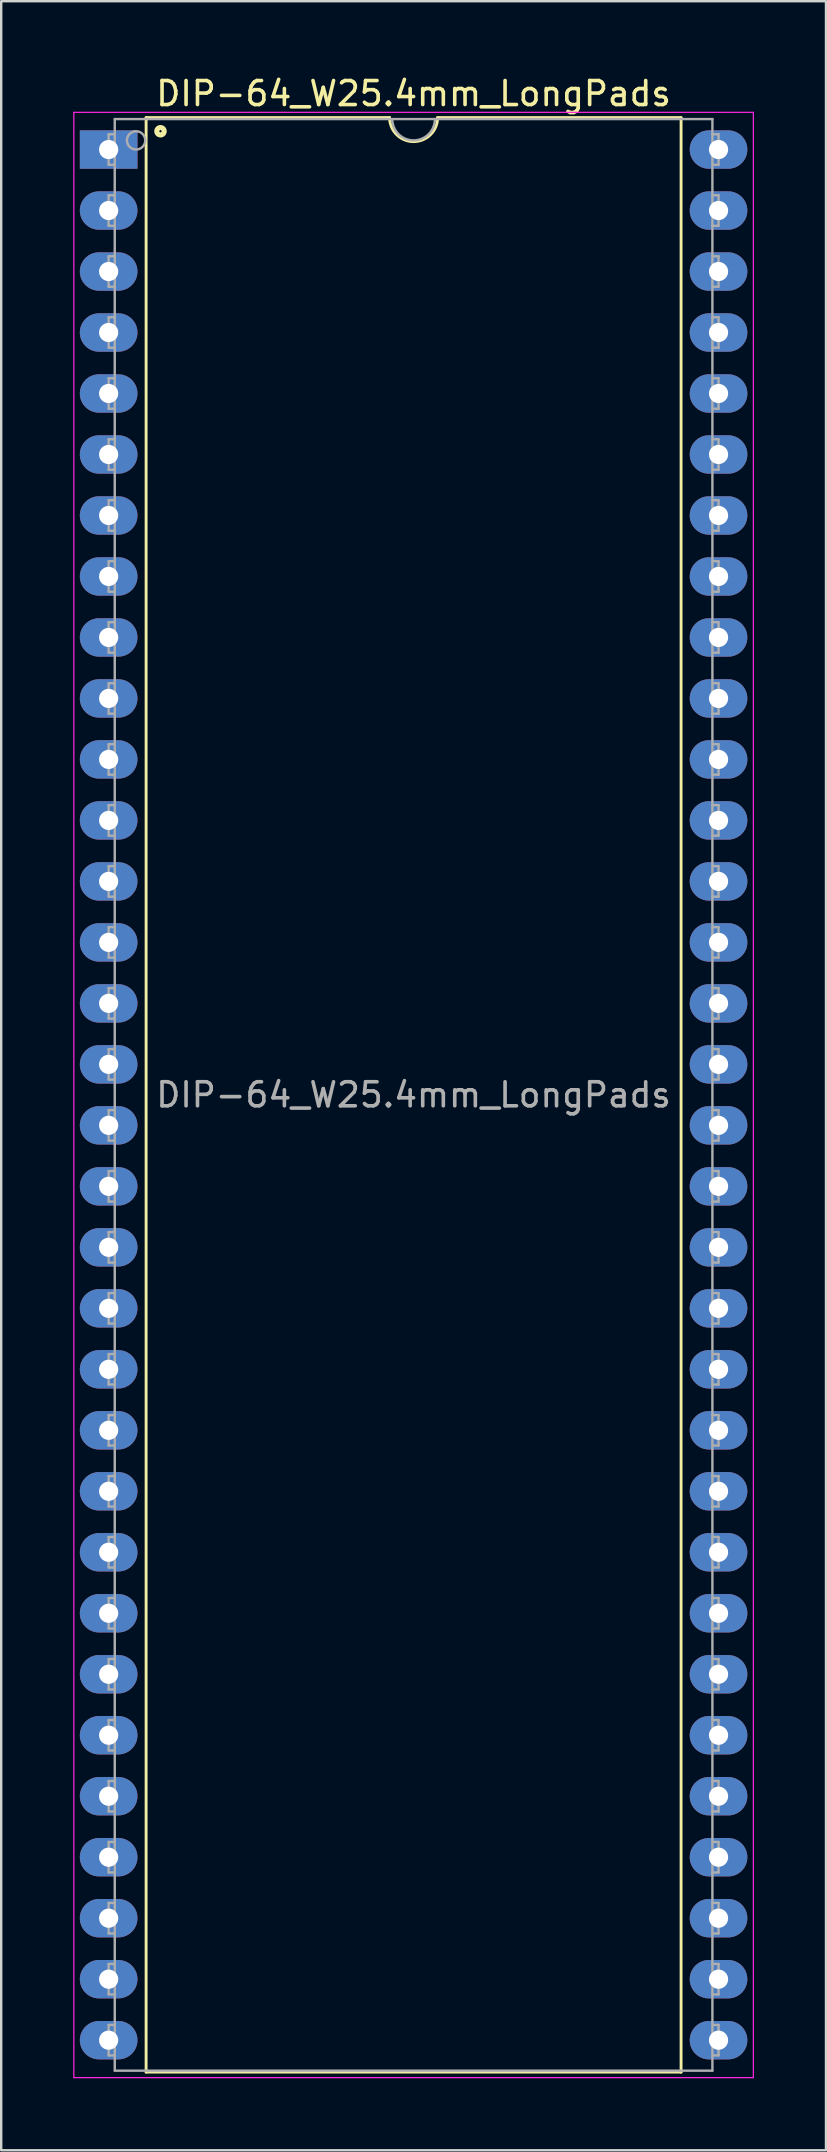
<source format=kicad_pcb>
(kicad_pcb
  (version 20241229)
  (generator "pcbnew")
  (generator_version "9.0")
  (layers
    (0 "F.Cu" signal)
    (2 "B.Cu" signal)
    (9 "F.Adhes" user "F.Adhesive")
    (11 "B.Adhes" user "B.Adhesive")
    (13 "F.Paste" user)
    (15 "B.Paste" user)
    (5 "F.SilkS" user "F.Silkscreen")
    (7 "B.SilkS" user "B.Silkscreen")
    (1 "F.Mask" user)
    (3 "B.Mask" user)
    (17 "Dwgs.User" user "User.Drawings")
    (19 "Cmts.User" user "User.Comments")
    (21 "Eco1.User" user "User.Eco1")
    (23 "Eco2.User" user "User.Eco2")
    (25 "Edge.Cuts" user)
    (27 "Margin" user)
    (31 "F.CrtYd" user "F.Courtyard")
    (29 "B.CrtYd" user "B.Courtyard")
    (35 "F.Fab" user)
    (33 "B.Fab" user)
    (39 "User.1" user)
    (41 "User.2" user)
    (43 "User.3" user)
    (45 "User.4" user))
  (footprint "DIP-64_W25.4mm_LongPads"
    (layer "F.Cu")
    (at 1.475 3.178)
    (property "Reference" "DIP-64_W25.4mm_LongPads" (at 12.7 -2.33 0) (layer "F.SilkS") (effects (font (size 1 1) (thickness 0.15))))
    (attr through_hole)
    (fp_line (start 1.56 -1.33) (end 1.56 80.07) (stroke (width 0.12) (type solid)) (layer "F.SilkS"))
    (fp_line (start 1.56 80.07) (end 23.84 80.07) (stroke (width 0.12) (type solid)) (layer "F.SilkS"))
    (fp_line (start 11.7 -1.33) (end 1.56 -1.33) (stroke (width 0.12) (type solid)) (layer "F.SilkS"))
    (fp_line (start 23.84 -1.33) (end 13.7 -1.33) (stroke (width 0.12) (type solid)) (layer "F.SilkS"))
    (fp_line (start 23.84 80.07) (end 23.84 -1.33) (stroke (width 0.12) (type solid)) (layer "F.SilkS"))
    (fp_arc (start 13.7 -1.33) (mid 12.7 -0.33) (end 11.7 -1.33) (stroke (width 0.12) (type solid)) (layer "F.SilkS"))
    (fp_circle (center 2.159 -0.762) (end 2.209 -0.762) (stroke (width 0.12) (type solid)) (fill no) (layer "F.SilkS"))
    (fp_circle (center 2.159 -0.762) (end 2.284 -0.762) (stroke (width 0.12) (type solid)) (fill no) (layer "F.SilkS"))
    (fp_circle (center 2.159 -0.762) (end 2.359 -0.762) (stroke (width 0.12) (type solid)) (fill no) (layer "F.SilkS"))
    (fp_line (start -1.45 -1.55) (end -1.45 80.3) (stroke (width 0.05) (type solid)) (layer "F.CrtYd"))
    (fp_line (start -1.45 80.3) (end 26.85 80.3) (stroke (width 0.05) (type solid)) (layer "F.CrtYd"))
    (fp_line (start 26.85 -1.55) (end -1.45 -1.55) (stroke (width 0.05) (type solid)) (layer "F.CrtYd"))
    (fp_line (start 26.85 80.3) (end 26.85 -1.55) (stroke (width 0.05) (type solid)) (layer "F.CrtYd"))
    (fp_line (start 0 -0.635) (end 0 0.635) (stroke (width 0.1) (type solid)) (layer "F.Fab"))
    (fp_line (start 0 -0.635) (end 0.254 -0.635) (stroke (width 0.1) (type solid)) (layer "F.Fab"))
    (fp_line (start 0 0.635) (end 0.254 0.635) (stroke (width 0.1) (type solid)) (layer "F.Fab"))
    (fp_line (start 0 1.905) (end 0 3.175) (stroke (width 0.1) (type solid)) (layer "F.Fab"))
    (fp_line (start 0 1.905) (end 0.254 1.905) (stroke (width 0.1) (type solid)) (layer "F.Fab"))
    (fp_line (start 0 3.175) (end 0.254 3.175) (stroke (width 0.1) (type solid)) (layer "F.Fab"))
    (fp_line (start 0 4.445) (end 0 5.715) (stroke (width 0.1) (type solid)) (layer "F.Fab"))
    (fp_line (start 0 4.445) (end 0.254 4.445) (stroke (width 0.1) (type solid)) (layer "F.Fab"))
    (fp_line (start 0 5.715) (end 0.254 5.715) (stroke (width 0.1) (type solid)) (layer "F.Fab"))
    (fp_line (start 0 6.985) (end 0 8.255) (stroke (width 0.1) (type solid)) (layer "F.Fab"))
    (fp_line (start 0 6.985) (end 0.254 6.985) (stroke (width 0.1) (type solid)) (layer "F.Fab"))
    (fp_line (start 0 8.255) (end 0.254 8.255) (stroke (width 0.1) (type solid)) (layer "F.Fab"))
    (fp_line (start 0 9.525) (end 0 10.795) (stroke (width 0.1) (type solid)) (layer "F.Fab"))
    (fp_line (start 0 9.525) (end 0.254 9.525) (stroke (width 0.1) (type solid)) (layer "F.Fab"))
    (fp_line (start 0 10.795) (end 0.254 10.795) (stroke (width 0.1) (type solid)) (layer "F.Fab"))
    (fp_line (start 0 12.065) (end 0 13.335) (stroke (width 0.1) (type solid)) (layer "F.Fab"))
    (fp_line (start 0 12.065) (end 0.254 12.065) (stroke (width 0.1) (type solid)) (layer "F.Fab"))
    (fp_line (start 0 13.335) (end 0.254 13.335) (stroke (width 0.1) (type solid)) (layer "F.Fab"))
    (fp_line (start 0 14.605) (end 0 15.875) (stroke (width 0.1) (type solid)) (layer "F.Fab"))
    (fp_line (start 0 14.605) (end 0.254 14.605) (stroke (width 0.1) (type solid)) (layer "F.Fab"))
    (fp_line (start 0 15.875) (end 0.254 15.875) (stroke (width 0.1) (type solid)) (layer "F.Fab"))
    (fp_line (start 0 17.145) (end 0 18.415) (stroke (width 0.1) (type solid)) (layer "F.Fab"))
    (fp_line (start 0 17.145) (end 0.254 17.145) (stroke (width 0.1) (type solid)) (layer "F.Fab"))
    (fp_line (start 0 18.415) (end 0.254 18.415) (stroke (width 0.1) (type solid)) (layer "F.Fab"))
    (fp_line (start 0 19.685) (end 0 20.955) (stroke (width 0.1) (type solid)) (layer "F.Fab"))
    (fp_line (start 0 19.685) (end 0.254 19.685) (stroke (width 0.1) (type solid)) (layer "F.Fab"))
    (fp_line (start 0 20.955) (end 0.254 20.955) (stroke (width 0.1) (type solid)) (layer "F.Fab"))
    (fp_line (start 0 22.225) (end 0 23.495) (stroke (width 0.1) (type solid)) (layer "F.Fab"))
    (fp_line (start 0 22.225) (end 0.254 22.225) (stroke (width 0.1) (type solid)) (layer "F.Fab"))
    (fp_line (start 0 23.495) (end 0.254 23.495) (stroke (width 0.1) (type solid)) (layer "F.Fab"))
    (fp_line (start 0 24.765) (end 0 26.035) (stroke (width 0.1) (type solid)) (layer "F.Fab"))
    (fp_line (start 0 24.765) (end 0.254 24.765) (stroke (width 0.1) (type solid)) (layer "F.Fab"))
    (fp_line (start 0 26.035) (end 0.254 26.035) (stroke (width 0.1) (type solid)) (layer "F.Fab"))
    (fp_line (start 0 27.305) (end 0 28.575) (stroke (width 0.1) (type solid)) (layer "F.Fab"))
    (fp_line (start 0 27.305) (end 0.254 27.305) (stroke (width 0.1) (type solid)) (layer "F.Fab"))
    (fp_line (start 0 28.575) (end 0.254 28.575) (stroke (width 0.1) (type solid)) (layer "F.Fab"))
    (fp_line (start 0 29.845) (end 0 31.115) (stroke (width 0.1) (type solid)) (layer "F.Fab"))
    (fp_line (start 0 29.845) (end 0.254 29.845) (stroke (width 0.1) (type solid)) (layer "F.Fab"))
    (fp_line (start 0 31.115) (end 0.254 31.115) (stroke (width 0.1) (type solid)) (layer "F.Fab"))
    (fp_line (start 0 32.385) (end 0 33.655) (stroke (width 0.1) (type solid)) (layer "F.Fab"))
    (fp_line (start 0 32.385) (end 0.254 32.385) (stroke (width 0.1) (type solid)) (layer "F.Fab"))
    (fp_line (start 0 33.655) (end 0.254 33.655) (stroke (width 0.1) (type solid)) (layer "F.Fab"))
    (fp_line (start 0 34.925) (end 0 36.195) (stroke (width 0.1) (type solid)) (layer "F.Fab"))
    (fp_line (start 0 34.925) (end 0.254 34.925) (stroke (width 0.1) (type solid)) (layer "F.Fab"))
    (fp_line (start 0 36.195) (end 0.254 36.195) (stroke (width 0.1) (type solid)) (layer "F.Fab"))
    (fp_line (start 0 37.465) (end 0 38.735) (stroke (width 0.1) (type solid)) (layer "F.Fab"))
    (fp_line (start 0 37.465) (end 0.254 37.465) (stroke (width 0.1) (type solid)) (layer "F.Fab"))
    (fp_line (start 0 38.735) (end 0.254 38.735) (stroke (width 0.1) (type solid)) (layer "F.Fab"))
    (fp_line (start 0 40.005) (end 0 41.275) (stroke (width 0.1) (type solid)) (layer "F.Fab"))
    (fp_line (start 0 40.005) (end 0.254 40.005) (stroke (width 0.1) (type solid)) (layer "F.Fab"))
    (fp_line (start 0 41.275) (end 0.254 41.275) (stroke (width 0.1) (type solid)) (layer "F.Fab"))
    (fp_line (start 0 42.545) (end 0 43.815) (stroke (width 0.1) (type solid)) (layer "F.Fab"))
    (fp_line (start 0 42.545) (end 0.254 42.545) (stroke (width 0.1) (type solid)) (layer "F.Fab"))
    (fp_line (start 0 43.815) (end 0.254 43.815) (stroke (width 0.1) (type solid)) (layer "F.Fab"))
    (fp_line (start 0 45.085) (end 0 46.355) (stroke (width 0.1) (type solid)) (layer "F.Fab"))
    (fp_line (start 0 45.085) (end 0.254 45.085) (stroke (width 0.1) (type solid)) (layer "F.Fab"))
    (fp_line (start 0 46.355) (end 0.254 46.355) (stroke (width 0.1) (type solid)) (layer "F.Fab"))
    (fp_line (start 0 47.625) (end 0 48.895) (stroke (width 0.1) (type solid)) (layer "F.Fab"))
    (fp_line (start 0 47.625) (end 0.254 47.625) (stroke (width 0.1) (type solid)) (layer "F.Fab"))
    (fp_line (start 0 48.895) (end 0.254 48.895) (stroke (width 0.1) (type solid)) (layer "F.Fab"))
    (fp_line (start 0 50.165) (end 0 51.435) (stroke (width 0.1) (type solid)) (layer "F.Fab"))
    (fp_line (start 0 50.165) (end 0.254 50.165) (stroke (width 0.1) (type solid)) (layer "F.Fab"))
    (fp_line (start 0 51.435) (end 0.254 51.435) (stroke (width 0.1) (type solid)) (layer "F.Fab"))
    (fp_line (start 0 52.705) (end 0 53.975) (stroke (width 0.1) (type solid)) (layer "F.Fab"))
    (fp_line (start 0 52.705) (end 0.254 52.705) (stroke (width 0.1) (type solid)) (layer "F.Fab"))
    (fp_line (start 0 53.975) (end 0.254 53.975) (stroke (width 0.1) (type solid)) (layer "F.Fab"))
    (fp_line (start 0 55.245) (end 0 56.515) (stroke (width 0.1) (type solid)) (layer "F.Fab"))
    (fp_line (start 0 55.245) (end 0.254 55.245) (stroke (width 0.1) (type solid)) (layer "F.Fab"))
    (fp_line (start 0 56.515) (end 0.254 56.515) (stroke (width 0.1) (type solid)) (layer "F.Fab"))
    (fp_line (start 0 57.785) (end 0 59.055) (stroke (width 0.1) (type solid)) (layer "F.Fab"))
    (fp_line (start 0 57.785) (end 0.254 57.785) (stroke (width 0.1) (type solid)) (layer "F.Fab"))
    (fp_line (start 0 59.055) (end 0.254 59.055) (stroke (width 0.1) (type solid)) (layer "F.Fab"))
    (fp_line (start 0 60.325) (end 0 61.595) (stroke (width 0.1) (type solid)) (layer "F.Fab"))
    (fp_line (start 0 60.325) (end 0.254 60.325) (stroke (width 0.1) (type solid)) (layer "F.Fab"))
    (fp_line (start 0 61.595) (end 0.254 61.595) (stroke (width 0.1) (type solid)) (layer "F.Fab"))
    (fp_line (start 0 62.865) (end 0 64.135) (stroke (width 0.1) (type solid)) (layer "F.Fab"))
    (fp_line (start 0 62.865) (end 0.254 62.865) (stroke (width 0.1) (type solid)) (layer "F.Fab"))
    (fp_line (start 0 64.135) (end 0.254 64.135) (stroke (width 0.1) (type solid)) (layer "F.Fab"))
    (fp_line (start 0 65.405) (end 0 66.675) (stroke (width 0.1) (type solid)) (layer "F.Fab"))
    (fp_line (start 0 65.405) (end 0.254 65.405) (stroke (width 0.1) (type solid)) (layer "F.Fab"))
    (fp_line (start 0 66.675) (end 0.254 66.675) (stroke (width 0.1) (type solid)) (layer "F.Fab"))
    (fp_line (start 0 67.945) (end 0 69.215) (stroke (width 0.1) (type solid)) (layer "F.Fab"))
    (fp_line (start 0 67.945) (end 0.254 67.945) (stroke (width 0.1) (type solid)) (layer "F.Fab"))
    (fp_line (start 0 69.215) (end 0.254 69.215) (stroke (width 0.1) (type solid)) (layer "F.Fab"))
    (fp_line (start 0 70.485) (end 0 71.755) (stroke (width 0.1) (type solid)) (layer "F.Fab"))
    (fp_line (start 0 70.485) (end 0.254 70.485) (stroke (width 0.1) (type solid)) (layer "F.Fab"))
    (fp_line (start 0 71.755) (end 0.254 71.755) (stroke (width 0.1) (type solid)) (layer "F.Fab"))
    (fp_line (start 0 73.025) (end 0 74.295) (stroke (width 0.1) (type solid)) (layer "F.Fab"))
    (fp_line (start 0 73.025) (end 0.254 73.025) (stroke (width 0.1) (type solid)) (layer "F.Fab"))
    (fp_line (start 0 74.295) (end 0.254 74.295) (stroke (width 0.1) (type solid)) (layer "F.Fab"))
    (fp_line (start 0 75.565) (end 0 76.835) (stroke (width 0.1) (type solid)) (layer "F.Fab"))
    (fp_line (start 0 75.565) (end 0.254 75.565) (stroke (width 0.1) (type solid)) (layer "F.Fab"))
    (fp_line (start 0 76.835) (end 0.254 76.835) (stroke (width 0.1) (type solid)) (layer "F.Fab"))
    (fp_line (start 0 78.105) (end 0 79.375) (stroke (width 0.1) (type solid)) (layer "F.Fab"))
    (fp_line (start 0 78.105) (end 0.254 78.105) (stroke (width 0.1) (type solid)) (layer "F.Fab"))
    (fp_line (start 0 79.375) (end 0.254 79.375) (stroke (width 0.1) (type solid)) (layer "F.Fab"))
    (fp_line (start 0.254 -1.27) (end 25.145 -1.27) (stroke (width 0.1) (type solid)) (layer "F.Fab"))
    (fp_line (start 0.255 80.01) (end 0.254 -1.27) (stroke (width 0.1) (type solid)) (layer "F.Fab"))
    (fp_line (start 25.145 -1.27) (end 25.145 80.01) (stroke (width 0.1) (type solid)) (layer "F.Fab"))
    (fp_line (start 25.145 80.01) (end 0.255 80.01) (stroke (width 0.1) (type solid)) (layer "F.Fab"))
    (fp_line (start 25.4 -0.635) (end 25.146 -0.635) (stroke (width 0.1) (type solid)) (layer "F.Fab"))
    (fp_line (start 25.4 0.635) (end 25.146 0.635) (stroke (width 0.1) (type solid)) (layer "F.Fab"))
    (fp_line (start 25.4 0.635) (end 25.4 -0.635) (stroke (width 0.1) (type solid)) (layer "F.Fab"))
    (fp_line (start 25.4 1.905) (end 25.146 1.905) (stroke (width 0.1) (type solid)) (layer "F.Fab"))
    (fp_line (start 25.4 3.175) (end 25.146 3.175) (stroke (width 0.1) (type solid)) (layer "F.Fab"))
    (fp_line (start 25.4 3.175) (end 25.4 1.905) (stroke (width 0.1) (type solid)) (layer "F.Fab"))
    (fp_line (start 25.4 4.445) (end 25.146 4.445) (stroke (width 0.1) (type solid)) (layer "F.Fab"))
    (fp_line (start 25.4 5.715) (end 25.146 5.715) (stroke (width 0.1) (type solid)) (layer "F.Fab"))
    (fp_line (start 25.4 5.715) (end 25.4 4.445) (stroke (width 0.1) (type solid)) (layer "F.Fab"))
    (fp_line (start 25.4 6.985) (end 25.146 6.985) (stroke (width 0.1) (type solid)) (layer "F.Fab"))
    (fp_line (start 25.4 8.255) (end 25.146 8.255) (stroke (width 0.1) (type solid)) (layer "F.Fab"))
    (fp_line (start 25.4 8.255) (end 25.4 6.985) (stroke (width 0.1) (type solid)) (layer "F.Fab"))
    (fp_line (start 25.4 9.525) (end 25.146 9.525) (stroke (width 0.1) (type solid)) (layer "F.Fab"))
    (fp_line (start 25.4 10.795) (end 25.146 10.795) (stroke (width 0.1) (type solid)) (layer "F.Fab"))
    (fp_line (start 25.4 10.795) (end 25.4 9.525) (stroke (width 0.1) (type solid)) (layer "F.Fab"))
    (fp_line (start 25.4 12.065) (end 25.146 12.065) (stroke (width 0.1) (type solid)) (layer "F.Fab"))
    (fp_line (start 25.4 13.335) (end 25.146 13.335) (stroke (width 0.1) (type solid)) (layer "F.Fab"))
    (fp_line (start 25.4 13.335) (end 25.4 12.065) (stroke (width 0.1) (type solid)) (layer "F.Fab"))
    (fp_line (start 25.4 14.605) (end 25.146 14.605) (stroke (width 0.1) (type solid)) (layer "F.Fab"))
    (fp_line (start 25.4 15.875) (end 25.146 15.875) (stroke (width 0.1) (type solid)) (layer "F.Fab"))
    (fp_line (start 25.4 15.875) (end 25.4 14.605) (stroke (width 0.1) (type solid)) (layer "F.Fab"))
    (fp_line (start 25.4 17.145) (end 25.146 17.145) (stroke (width 0.1) (type solid)) (layer "F.Fab"))
    (fp_line (start 25.4 18.415) (end 25.146 18.415) (stroke (width 0.1) (type solid)) (layer "F.Fab"))
    (fp_line (start 25.4 18.415) (end 25.4 17.145) (stroke (width 0.1) (type solid)) (layer "F.Fab"))
    (fp_line (start 25.4 19.685) (end 25.146 19.685) (stroke (width 0.1) (type solid)) (layer "F.Fab"))
    (fp_line (start 25.4 20.955) (end 25.146 20.955) (stroke (width 0.1) (type solid)) (layer "F.Fab"))
    (fp_line (start 25.4 20.955) (end 25.4 19.685) (stroke (width 0.1) (type solid)) (layer "F.Fab"))
    (fp_line (start 25.4 22.225) (end 25.146 22.225) (stroke (width 0.1) (type solid)) (layer "F.Fab"))
    (fp_line (start 25.4 23.495) (end 25.146 23.495) (stroke (width 0.1) (type solid)) (layer "F.Fab"))
    (fp_line (start 25.4 23.495) (end 25.4 22.225) (stroke (width 0.1) (type solid)) (layer "F.Fab"))
    (fp_line (start 25.4 24.765) (end 25.146 24.765) (stroke (width 0.1) (type solid)) (layer "F.Fab"))
    (fp_line (start 25.4 26.035) (end 25.146 26.035) (stroke (width 0.1) (type solid)) (layer "F.Fab"))
    (fp_line (start 25.4 26.035) (end 25.4 24.765) (stroke (width 0.1) (type solid)) (layer "F.Fab"))
    (fp_line (start 25.4 27.305) (end 25.146 27.305) (stroke (width 0.1) (type solid)) (layer "F.Fab"))
    (fp_line (start 25.4 28.575) (end 25.146 28.575) (stroke (width 0.1) (type solid)) (layer "F.Fab"))
    (fp_line (start 25.4 28.575) (end 25.4 27.305) (stroke (width 0.1) (type solid)) (layer "F.Fab"))
    (fp_line (start 25.4 29.845) (end 25.146 29.845) (stroke (width 0.1) (type solid)) (layer "F.Fab"))
    (fp_line (start 25.4 31.115) (end 25.146 31.115) (stroke (width 0.1) (type solid)) (layer "F.Fab"))
    (fp_line (start 25.4 31.115) (end 25.4 29.845) (stroke (width 0.1) (type solid)) (layer "F.Fab"))
    (fp_line (start 25.4 32.385) (end 25.146 32.385) (stroke (width 0.1) (type solid)) (layer "F.Fab"))
    (fp_line (start 25.4 33.655) (end 25.146 33.655) (stroke (width 0.1) (type solid)) (layer "F.Fab"))
    (fp_line (start 25.4 33.655) (end 25.4 32.385) (stroke (width 0.1) (type solid)) (layer "F.Fab"))
    (fp_line (start 25.4 34.925) (end 25.146 34.925) (stroke (width 0.1) (type solid)) (layer "F.Fab"))
    (fp_line (start 25.4 36.195) (end 25.146 36.195) (stroke (width 0.1) (type solid)) (layer "F.Fab"))
    (fp_line (start 25.4 36.195) (end 25.4 34.925) (stroke (width 0.1) (type solid)) (layer "F.Fab"))
    (fp_line (start 25.4 37.465) (end 25.146 37.465) (stroke (width 0.1) (type solid)) (layer "F.Fab"))
    (fp_line (start 25.4 38.735) (end 25.146 38.735) (stroke (width 0.1) (type solid)) (layer "F.Fab"))
    (fp_line (start 25.4 38.735) (end 25.4 37.465) (stroke (width 0.1) (type solid)) (layer "F.Fab"))
    (fp_line (start 25.4 40.005) (end 25.146 40.005) (stroke (width 0.1) (type solid)) (layer "F.Fab"))
    (fp_line (start 25.4 41.275) (end 25.146 41.275) (stroke (width 0.1) (type solid)) (layer "F.Fab"))
    (fp_line (start 25.4 41.275) (end 25.4 40.005) (stroke (width 0.1) (type solid)) (layer "F.Fab"))
    (fp_line (start 25.4 42.545) (end 25.146 42.545) (stroke (width 0.1) (type solid)) (layer "F.Fab"))
    (fp_line (start 25.4 43.815) (end 25.146 43.815) (stroke (width 0.1) (type solid)) (layer "F.Fab"))
    (fp_line (start 25.4 43.815) (end 25.4 42.545) (stroke (width 0.1) (type solid)) (layer "F.Fab"))
    (fp_line (start 25.4 45.085) (end 25.146 45.085) (stroke (width 0.1) (type solid)) (layer "F.Fab"))
    (fp_line (start 25.4 46.355) (end 25.146 46.355) (stroke (width 0.1) (type solid)) (layer "F.Fab"))
    (fp_line (start 25.4 46.355) (end 25.4 45.085) (stroke (width 0.1) (type solid)) (layer "F.Fab"))
    (fp_line (start 25.4 47.625) (end 25.146 47.625) (stroke (width 0.1) (type solid)) (layer "F.Fab"))
    (fp_line (start 25.4 48.895) (end 25.146 48.895) (stroke (width 0.1) (type solid)) (layer "F.Fab"))
    (fp_line (start 25.4 48.895) (end 25.4 47.625) (stroke (width 0.1) (type solid)) (layer "F.Fab"))
    (fp_line (start 25.4 50.165) (end 25.146 50.165) (stroke (width 0.1) (type solid)) (layer "F.Fab"))
    (fp_line (start 25.4 51.435) (end 25.146 51.435) (stroke (width 0.1) (type solid)) (layer "F.Fab"))
    (fp_line (start 25.4 51.435) (end 25.4 50.165) (stroke (width 0.1) (type solid)) (layer "F.Fab"))
    (fp_line (start 25.4 52.705) (end 25.146 52.705) (stroke (width 0.1) (type solid)) (layer "F.Fab"))
    (fp_line (start 25.4 53.975) (end 25.146 53.975) (stroke (width 0.1) (type solid)) (layer "F.Fab"))
    (fp_line (start 25.4 53.975) (end 25.4 52.705) (stroke (width 0.1) (type solid)) (layer "F.Fab"))
    (fp_line (start 25.4 55.245) (end 25.146 55.245) (stroke (width 0.1) (type solid)) (layer "F.Fab"))
    (fp_line (start 25.4 56.515) (end 25.146 56.515) (stroke (width 0.1) (type solid)) (layer "F.Fab"))
    (fp_line (start 25.4 56.515) (end 25.4 55.245) (stroke (width 0.1) (type solid)) (layer "F.Fab"))
    (fp_line (start 25.4 57.785) (end 25.146 57.785) (stroke (width 0.1) (type solid)) (layer "F.Fab"))
    (fp_line (start 25.4 59.055) (end 25.146 59.055) (stroke (width 0.1) (type solid)) (layer "F.Fab"))
    (fp_line (start 25.4 59.055) (end 25.4 57.785) (stroke (width 0.1) (type solid)) (layer "F.Fab"))
    (fp_line (start 25.4 60.325) (end 25.146 60.325) (stroke (width 0.1) (type solid)) (layer "F.Fab"))
    (fp_line (start 25.4 61.595) (end 25.146 61.595) (stroke (width 0.1) (type solid)) (layer "F.Fab"))
    (fp_line (start 25.4 61.595) (end 25.4 60.325) (stroke (width 0.1) (type solid)) (layer "F.Fab"))
    (fp_line (start 25.4 62.865) (end 25.146 62.865) (stroke (width 0.1) (type solid)) (layer "F.Fab"))
    (fp_line (start 25.4 64.135) (end 25.146 64.135) (stroke (width 0.1) (type solid)) (layer "F.Fab"))
    (fp_line (start 25.4 64.135) (end 25.4 62.865) (stroke (width 0.1) (type solid)) (layer "F.Fab"))
    (fp_line (start 25.4 65.405) (end 25.146 65.405) (stroke (width 0.1) (type solid)) (layer "F.Fab"))
    (fp_line (start 25.4 66.675) (end 25.146 66.675) (stroke (width 0.1) (type solid)) (layer "F.Fab"))
    (fp_line (start 25.4 66.675) (end 25.4 65.405) (stroke (width 0.1) (type solid)) (layer "F.Fab"))
    (fp_line (start 25.4 67.945) (end 25.146 67.945) (stroke (width 0.1) (type solid)) (layer "F.Fab"))
    (fp_line (start 25.4 69.215) (end 25.146 69.215) (stroke (width 0.1) (type solid)) (layer "F.Fab"))
    (fp_line (start 25.4 69.215) (end 25.4 67.945) (stroke (width 0.1) (type solid)) (layer "F.Fab"))
    (fp_line (start 25.4 70.485) (end 25.146 70.485) (stroke (width 0.1) (type solid)) (layer "F.Fab"))
    (fp_line (start 25.4 71.755) (end 25.146 71.755) (stroke (width 0.1) (type solid)) (layer "F.Fab"))
    (fp_line (start 25.4 71.755) (end 25.4 70.485) (stroke (width 0.1) (type solid)) (layer "F.Fab"))
    (fp_line (start 25.4 73.025) (end 25.146 73.025) (stroke (width 0.1) (type solid)) (layer "F.Fab"))
    (fp_line (start 25.4 74.295) (end 25.146 74.295) (stroke (width 0.1) (type solid)) (layer "F.Fab"))
    (fp_line (start 25.4 74.295) (end 25.4 73.025) (stroke (width 0.1) (type solid)) (layer "F.Fab"))
    (fp_line (start 25.4 75.565) (end 25.146 75.565) (stroke (width 0.1) (type solid)) (layer "F.Fab"))
    (fp_line (start 25.4 76.835) (end 25.146 76.835) (stroke (width 0.1) (type solid)) (layer "F.Fab"))
    (fp_line (start 25.4 76.835) (end 25.4 75.565) (stroke (width 0.1) (type solid)) (layer "F.Fab"))
    (fp_line (start 25.4 78.105) (end 25.146 78.105) (stroke (width 0.1) (type solid)) (layer "F.Fab"))
    (fp_line (start 25.4 79.375) (end 25.146 79.375) (stroke (width 0.1) (type solid)) (layer "F.Fab"))
    (fp_line (start 25.4 79.375) (end 25.4 78.105) (stroke (width 0.1) (type solid)) (layer "F.Fab"))
    (fp_arc (start 13.589 -1.27) (mid 12.7 -0.381) (end 11.811 -1.27) (stroke (width 0.1) (type solid)) (layer "F.Fab"))
    (fp_circle (center 1.143 -0.381) (end 1.524 -0.381) (stroke (width 0.1) (type solid)) (fill no) (layer "F.Fab"))
    (fp_text user "${REFERENCE}" (at 12.7 39.37 0) (layer "F.Fab") (effects (font (size 1 1) (thickness 0.15))))
    (pad "1" thru_hole rect (at 0 0) (size 2.4 1.6) (drill 0.8) (layers "*.Cu" "*.Mask"))
    (pad "2" thru_hole oval (at 0 2.54) (size 2.4 1.6) (drill 0.8) (layers "*.Cu" "*.Mask"))
    (pad "3" thru_hole oval (at 0 5.08) (size 2.4 1.6) (drill 0.8) (layers "*.Cu" "*.Mask"))
    (pad "4" thru_hole oval (at 0 7.62) (size 2.4 1.6) (drill 0.8) (layers "*.Cu" "*.Mask"))
    (pad "5" thru_hole oval (at 0 10.16) (size 2.4 1.6) (drill 0.8) (layers "*.Cu" "*.Mask"))
    (pad "6" thru_hole oval (at 0 12.7) (size 2.4 1.6) (drill 0.8) (layers "*.Cu" "*.Mask"))
    (pad "7" thru_hole oval (at 0 15.24) (size 2.4 1.6) (drill 0.8) (layers "*.Cu" "*.Mask"))
    (pad "8" thru_hole oval (at 0 17.78) (size 2.4 1.6) (drill 0.8) (layers "*.Cu" "*.Mask"))
    (pad "9" thru_hole oval (at 0 20.32) (size 2.4 1.6) (drill 0.8) (layers "*.Cu" "*.Mask"))
    (pad "10" thru_hole oval (at 0 22.86) (size 2.4 1.6) (drill 0.8) (layers "*.Cu" "*.Mask"))
    (pad "11" thru_hole oval (at 0 25.4) (size 2.4 1.6) (drill 0.8) (layers "*.Cu" "*.Mask"))
    (pad "12" thru_hole oval (at 0 27.94) (size 2.4 1.6) (drill 0.8) (layers "*.Cu" "*.Mask"))
    (pad "13" thru_hole oval (at 0 30.48) (size 2.4 1.6) (drill 0.8) (layers "*.Cu" "*.Mask"))
    (pad "14" thru_hole oval (at 0 33.02) (size 2.4 1.6) (drill 0.8) (layers "*.Cu" "*.Mask"))
    (pad "15" thru_hole oval (at 0 35.56) (size 2.4 1.6) (drill 0.8) (layers "*.Cu" "*.Mask"))
    (pad "16" thru_hole oval (at 0 38.1) (size 2.4 1.6) (drill 0.8) (layers "*.Cu" "*.Mask"))
    (pad "17" thru_hole oval (at 0 40.64) (size 2.4 1.6) (drill 0.8) (layers "*.Cu" "*.Mask"))
    (pad "18" thru_hole oval (at 0 43.18) (size 2.4 1.6) (drill 0.8) (layers "*.Cu" "*.Mask"))
    (pad "19" thru_hole oval (at 0 45.72) (size 2.4 1.6) (drill 0.8) (layers "*.Cu" "*.Mask"))
    (pad "20" thru_hole oval (at 0 48.26) (size 2.4 1.6) (drill 0.8) (layers "*.Cu" "*.Mask"))
    (pad "21" thru_hole oval (at 0 50.8) (size 2.4 1.6) (drill 0.8) (layers "*.Cu" "*.Mask"))
    (pad "22" thru_hole oval (at 0 53.34) (size 2.4 1.6) (drill 0.8) (layers "*.Cu" "*.Mask"))
    (pad "23" thru_hole oval (at 0 55.88) (size 2.4 1.6) (drill 0.8) (layers "*.Cu" "*.Mask"))
    (pad "24" thru_hole oval (at 0 58.42) (size 2.4 1.6) (drill 0.8) (layers "*.Cu" "*.Mask"))
    (pad "25" thru_hole oval (at 0 60.96) (size 2.4 1.6) (drill 0.8) (layers "*.Cu" "*.Mask"))
    (pad "26" thru_hole oval (at 0 63.5) (size 2.4 1.6) (drill 0.8) (layers "*.Cu" "*.Mask"))
    (pad "27" thru_hole oval (at 0 66.04) (size 2.4 1.6) (drill 0.8) (layers "*.Cu" "*.Mask"))
    (pad "28" thru_hole oval (at 0 68.58) (size 2.4 1.6) (drill 0.8) (layers "*.Cu" "*.Mask"))
    (pad "29" thru_hole oval (at 0 71.12) (size 2.4 1.6) (drill 0.8) (layers "*.Cu" "*.Mask"))
    (pad "30" thru_hole oval (at 0 73.66) (size 2.4 1.6) (drill 0.8) (layers "*.Cu" "*.Mask"))
    (pad "31" thru_hole oval (at 0 76.2) (size 2.4 1.6) (drill 0.8) (layers "*.Cu" "*.Mask"))
    (pad "32" thru_hole oval (at 0 78.74) (size 2.4 1.6) (drill 0.8) (layers "*.Cu" "*.Mask"))
    (pad "33" thru_hole oval (at 25.4 78.74) (size 2.4 1.6) (drill 0.8) (layers "*.Cu" "*.Mask"))
    (pad "34" thru_hole oval (at 25.4 76.2) (size 2.4 1.6) (drill 0.8) (layers "*.Cu" "*.Mask"))
    (pad "35" thru_hole oval (at 25.4 73.66) (size 2.4 1.6) (drill 0.8) (layers "*.Cu" "*.Mask"))
    (pad "36" thru_hole oval (at 25.4 71.12) (size 2.4 1.6) (drill 0.8) (layers "*.Cu" "*.Mask"))
    (pad "37" thru_hole oval (at 25.4 68.58) (size 2.4 1.6) (drill 0.8) (layers "*.Cu" "*.Mask"))
    (pad "38" thru_hole oval (at 25.4 66.04) (size 2.4 1.6) (drill 0.8) (layers "*.Cu" "*.Mask"))
    (pad "39" thru_hole oval (at 25.4 63.5) (size 2.4 1.6) (drill 0.8) (layers "*.Cu" "*.Mask"))
    (pad "40" thru_hole oval (at 25.4 60.96) (size 2.4 1.6) (drill 0.8) (layers "*.Cu" "*.Mask"))
    (pad "41" thru_hole oval (at 25.4 58.42) (size 2.4 1.6) (drill 0.8) (layers "*.Cu" "*.Mask"))
    (pad "42" thru_hole oval (at 25.4 55.88) (size 2.4 1.6) (drill 0.8) (layers "*.Cu" "*.Mask"))
    (pad "43" thru_hole oval (at 25.4 53.34) (size 2.4 1.6) (drill 0.8) (layers "*.Cu" "*.Mask"))
    (pad "44" thru_hole oval (at 25.4 50.8) (size 2.4 1.6) (drill 0.8) (layers "*.Cu" "*.Mask"))
    (pad "45" thru_hole oval (at 25.4 48.26) (size 2.4 1.6) (drill 0.8) (layers "*.Cu" "*.Mask"))
    (pad "46" thru_hole oval (at 25.4 45.72) (size 2.4 1.6) (drill 0.8) (layers "*.Cu" "*.Mask"))
    (pad "47" thru_hole oval (at 25.4 43.18) (size 2.4 1.6) (drill 0.8) (layers "*.Cu" "*.Mask"))
    (pad "48" thru_hole oval (at 25.4 40.64) (size 2.4 1.6) (drill 0.8) (layers "*.Cu" "*.Mask"))
    (pad "49" thru_hole oval (at 25.4 38.1) (size 2.4 1.6) (drill 0.8) (layers "*.Cu" "*.Mask"))
    (pad "50" thru_hole oval (at 25.4 35.56) (size 2.4 1.6) (drill 0.8) (layers "*.Cu" "*.Mask"))
    (pad "51" thru_hole oval (at 25.4 33.02) (size 2.4 1.6) (drill 0.8) (layers "*.Cu" "*.Mask"))
    (pad "52" thru_hole oval (at 25.4 30.48) (size 2.4 1.6) (drill 0.8) (layers "*.Cu" "*.Mask"))
    (pad "53" thru_hole oval (at 25.4 27.94) (size 2.4 1.6) (drill 0.8) (layers "*.Cu" "*.Mask"))
    (pad "54" thru_hole oval (at 25.4 25.4) (size 2.4 1.6) (drill 0.8) (layers "*.Cu" "*.Mask"))
    (pad "55" thru_hole oval (at 25.4 22.86) (size 2.4 1.6) (drill 0.8) (layers "*.Cu" "*.Mask"))
    (pad "56" thru_hole oval (at 25.4 20.32) (size 2.4 1.6) (drill 0.8) (layers "*.Cu" "*.Mask"))
    (pad "57" thru_hole oval (at 25.4 17.78) (size 2.4 1.6) (drill 0.8) (layers "*.Cu" "*.Mask"))
    (pad "58" thru_hole oval (at 25.4 15.24) (size 2.4 1.6) (drill 0.8) (layers "*.Cu" "*.Mask"))
    (pad "59" thru_hole oval (at 25.4 12.7) (size 2.4 1.6) (drill 0.8) (layers "*.Cu" "*.Mask"))
    (pad "60" thru_hole oval (at 25.4 10.16) (size 2.4 1.6) (drill 0.8) (layers "*.Cu" "*.Mask"))
    (pad "61" thru_hole oval (at 25.4 7.62) (size 2.4 1.6) (drill 0.8) (layers "*.Cu" "*.Mask"))
    (pad "62" thru_hole oval (at 25.4 5.08) (size 2.4 1.6) (drill 0.8) (layers "*.Cu" "*.Mask"))
    (pad "63" thru_hole oval (at 25.4 2.54) (size 2.4 1.6) (drill 0.8) (layers "*.Cu" "*.Mask"))
    (pad "64" thru_hole oval (at 25.4 0) (size 2.4 1.6) (drill 0.8) (layers "*.Cu" "*.Mask")))
  (gr_rect
    (start -3 -3)
    (end 31.35 86.503)
    (stroke (width 0.1) (type default))
    (fill no)
    (layer "Edge.Cuts")))
</source>
